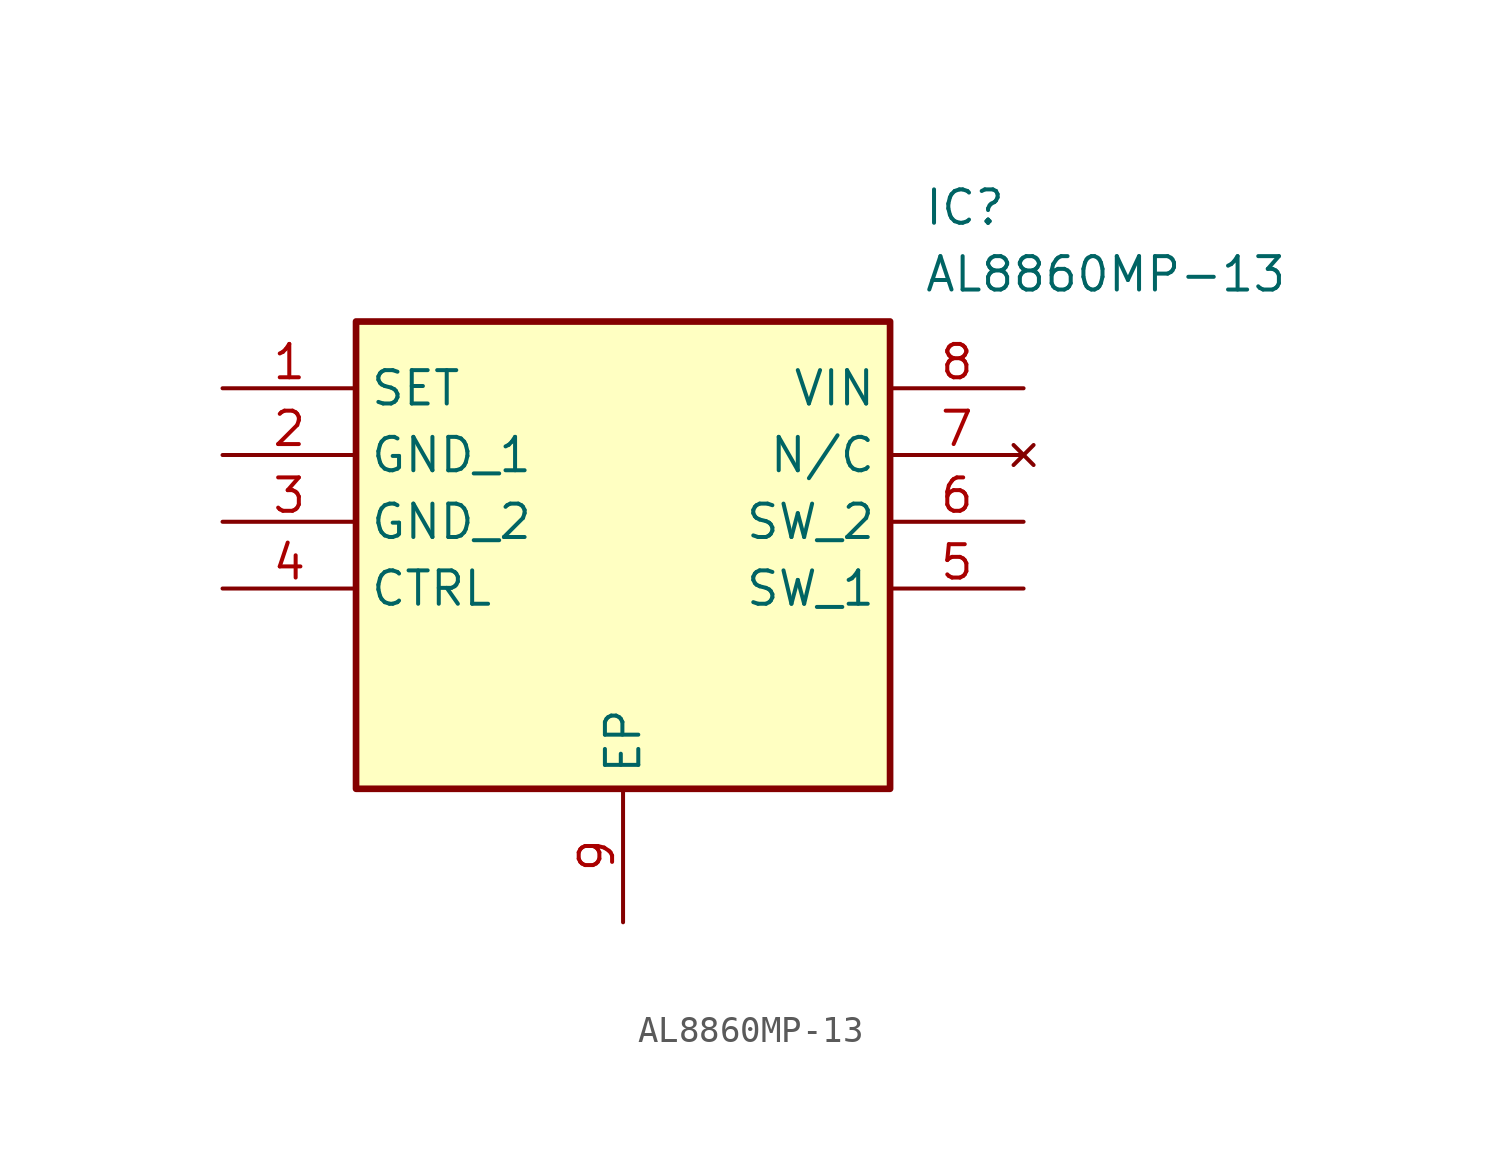
<source format=kicad_sym>
(kicad_symbol_lib
  (version 20211014)
  (generator SamacSys_ECAD_Model)
  (symbol "AL8860MP-13"
    (property "Reference" "IC"
      (at 26.67 7.62 0)
      (effects (font (size 1.27 1.27)) (justify left top)))
    (property "Value" "AL8860MP-13"
      (at 26.67 5.08 0)
      (effects (font (size 1.27 1.27)) (justify left top)))
    (rectangle
      (start 5.08 2.54)
      (end 25.4 -15.24)
      (stroke (width 0.254) (type default))
      (fill (type background)))
    (pin input line
      (at 0 0 0)
      (length 5.08)
      (name "SET" (effects (font (size 1.27 1.27))))
      (number "1" (effects (font (size 1.27 1.27)))))
    (pin power_in line
      (at 0 -2.54 0)
      (length 5.08)
      (name "GND_1" (effects (font (size 1.27 1.27))))
      (number "2" (effects (font (size 1.27 1.27)))))
    (pin power_in line
      (at 0 -5.08 0)
      (length 5.08)
      (name "GND_2" (effects (font (size 1.27 1.27))))
      (number "3" (effects (font (size 1.27 1.27)))))
    (pin input line
      (at 0 -7.62 0)
      (length 5.08)
      (name "CTRL" (effects (font (size 1.27 1.27))))
      (number "4" (effects (font (size 1.27 1.27)))))
    (pin passive line
      (at 15.24 -20.32 90)
      (length 5.08)
      (name "EP" (effects (font (size 1.27 1.27))))
      (number "9" (effects (font (size 1.27 1.27)))))
    (pin power_in line
      (at 30.48 0 180)
      (length 5.08)
      (name "VIN" (effects (font (size 1.27 1.27))))
      (number "8" (effects (font (size 1.27 1.27)))))
    (pin no_connect line
      (at 30.48 -2.54 180)
      (length 5.08)
      (name "N/C" (effects (font (size 1.27 1.27))))
      (number "7" (effects (font (size 1.27 1.27)))))
    (pin passive line
      (at 30.48 -5.08 180)
      (length 5.08)
      (name "SW_2" (effects (font (size 1.27 1.27))))
      (number "6" (effects (font (size 1.27 1.27)))))
    (pin passive line
      (at 30.48 -7.62 180)
      (length 5.08)
      (name "SW_1" (effects (font (size 1.27 1.27))))
      (number "5" (effects (font (size 1.27 1.27)))))))
</source>
